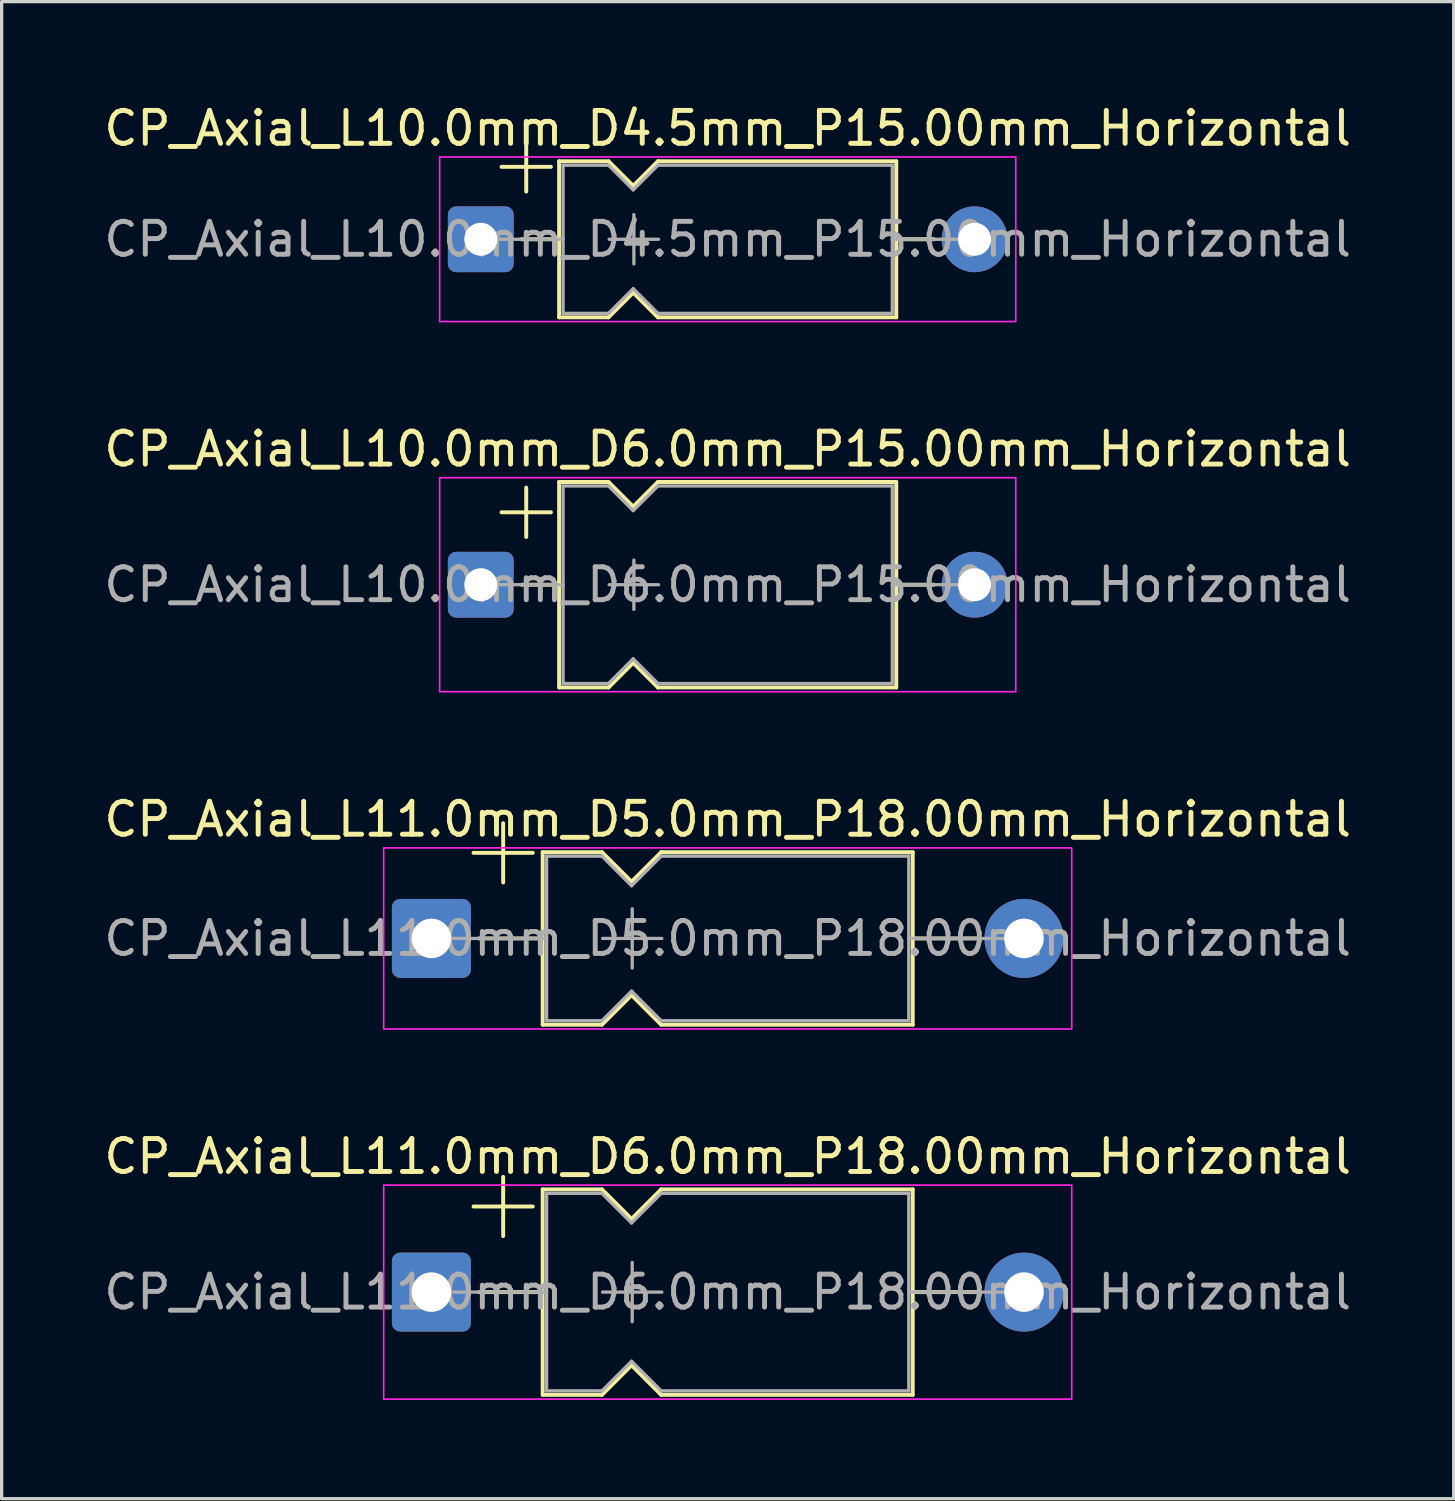
<source format=kicad_pcb>
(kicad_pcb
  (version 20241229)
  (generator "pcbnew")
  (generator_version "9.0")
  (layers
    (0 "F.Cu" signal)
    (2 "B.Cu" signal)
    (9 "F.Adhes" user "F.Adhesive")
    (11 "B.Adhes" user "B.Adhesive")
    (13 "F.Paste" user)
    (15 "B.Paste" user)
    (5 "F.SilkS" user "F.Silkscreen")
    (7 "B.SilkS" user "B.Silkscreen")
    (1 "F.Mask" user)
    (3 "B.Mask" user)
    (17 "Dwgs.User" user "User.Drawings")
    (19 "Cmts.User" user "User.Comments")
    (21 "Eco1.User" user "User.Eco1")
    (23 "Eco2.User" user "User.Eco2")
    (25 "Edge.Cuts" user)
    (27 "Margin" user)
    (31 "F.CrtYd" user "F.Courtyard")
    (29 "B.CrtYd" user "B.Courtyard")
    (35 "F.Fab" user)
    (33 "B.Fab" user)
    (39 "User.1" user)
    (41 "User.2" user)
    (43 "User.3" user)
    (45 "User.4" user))
  (footprint "CP_Axial_L10.0mm_D6.0mm_P15.00mm_Horizontal"
    (layer "F.Cu")
    (at 11.554 14.711)
    (property "Reference" "CP_Axial_L10.0mm_D6.0mm_P15.00mm_Horizontal" (at 7.5 -4.12 0) (layer "F.SilkS") (effects (font (size 1 1) (thickness 0.15))))
    (attr through_hole)
    (fp_line (start 0.63 -2.2) (end 2.13 -2.2) (stroke (width 0.12) (type solid)) (layer "F.SilkS"))
    (fp_line (start 1.24 0) (end 2.38 0) (stroke (width 0.12) (type solid)) (layer "F.SilkS"))
    (fp_line (start 1.38 -2.95) (end 1.38 -1.45) (stroke (width 0.12) (type solid)) (layer "F.SilkS"))
    (fp_line (start 2.38 -3.12) (end 2.38 3.12) (stroke (width 0.12) (type solid)) (layer "F.SilkS"))
    (fp_line (start 2.38 -3.12) (end 3.88 -3.12) (stroke (width 0.12) (type solid)) (layer "F.SilkS"))
    (fp_line (start 2.38 3.12) (end 3.88 3.12) (stroke (width 0.12) (type solid)) (layer "F.SilkS"))
    (fp_line (start 3.88 -3.12) (end 4.63 -2.37) (stroke (width 0.12) (type solid)) (layer "F.SilkS"))
    (fp_line (start 3.88 3.12) (end 4.63 2.37) (stroke (width 0.12) (type solid)) (layer "F.SilkS"))
    (fp_line (start 4.63 -2.37) (end 5.38 -3.12) (stroke (width 0.12) (type solid)) (layer "F.SilkS"))
    (fp_line (start 4.63 2.37) (end 5.38 3.12) (stroke (width 0.12) (type solid)) (layer "F.SilkS"))
    (fp_line (start 5.38 -3.12) (end 12.62 -3.12) (stroke (width 0.12) (type solid)) (layer "F.SilkS"))
    (fp_line (start 5.38 3.12) (end 12.62 3.12) (stroke (width 0.12) (type solid)) (layer "F.SilkS"))
    (fp_line (start 12.62 -3.12) (end 12.62 3.12) (stroke (width 0.12) (type solid)) (layer "F.SilkS"))
    (fp_line (start 13.76 0) (end 12.62 0) (stroke (width 0.12) (type solid)) (layer "F.SilkS"))
    (fp_rect (start -1.25 -3.25) (end 16.25 3.25) (stroke (width 0.05) (type solid)) (fill no) (layer "F.CrtYd"))
    (fp_line (start 0 0) (end 2.5 0) (stroke (width 0.1) (type solid)) (layer "F.Fab"))
    (fp_line (start 2.5 -3) (end 2.5 3) (stroke (width 0.1) (type solid)) (layer "F.Fab"))
    (fp_line (start 2.5 -3) (end 3.88 -3) (stroke (width 0.1) (type solid)) (layer "F.Fab"))
    (fp_line (start 2.5 3) (end 3.88 3) (stroke (width 0.1) (type solid)) (layer "F.Fab"))
    (fp_line (start 3.88 -3) (end 4.63 -2.25) (stroke (width 0.1) (type solid)) (layer "F.Fab"))
    (fp_line (start 3.88 3) (end 4.63 2.25) (stroke (width 0.1) (type solid)) (layer "F.Fab"))
    (fp_line (start 3.9 0) (end 5.4 0) (stroke (width 0.1) (type solid)) (layer "F.Fab"))
    (fp_line (start 4.63 -2.25) (end 5.38 -3) (stroke (width 0.1) (type solid)) (layer "F.Fab"))
    (fp_line (start 4.63 2.25) (end 5.38 3) (stroke (width 0.1) (type solid)) (layer "F.Fab"))
    (fp_line (start 4.65 -0.75) (end 4.65 0.75) (stroke (width 0.1) (type solid)) (layer "F.Fab"))
    (fp_line (start 5.38 -3) (end 12.5 -3) (stroke (width 0.1) (type solid)) (layer "F.Fab"))
    (fp_line (start 5.38 3) (end 12.5 3) (stroke (width 0.1) (type solid)) (layer "F.Fab"))
    (fp_line (start 12.5 -3) (end 12.5 3) (stroke (width 0.1) (type solid)) (layer "F.Fab"))
    (fp_line (start 15 0) (end 12.5 0) (stroke (width 0.1) (type solid)) (layer "F.Fab"))
    (fp_text user "${REFERENCE}" (at 7.5 0 0) (layer "F.Fab") (effects (font (size 1 1) (thickness 0.15))))
    (pad "1" thru_hole roundrect (at 0 0) (size 2 2) (drill 1) (layers "*.Cu" "*.Mask") (roundrect_rratio 0.125))
    (pad "2" thru_hole circle (at 15 0) (size 2 2) (drill 1) (layers "*.Cu" "*.Mask")))
  (footprint "CP_Axial_L11.0mm_D6.0mm_P18.00mm_Horizontal"
    (layer "F.Cu")
    (at 10.054 36.198)
    (property "Reference" "CP_Axial_L11.0mm_D6.0mm_P18.00mm_Horizontal" (at 9 -4.12 0) (layer "F.SilkS") (effects (font (size 1 1) (thickness 0.15))))
    (attr through_hole)
    (fp_line (start 1.28 -2.6) (end 3.08 -2.6) (stroke (width 0.12) (type solid)) (layer "F.SilkS"))
    (fp_line (start 1.44 0) (end 3.38 0) (stroke (width 0.12) (type solid)) (layer "F.SilkS"))
    (fp_line (start 2.18 -3.5) (end 2.18 -1.7) (stroke (width 0.12) (type solid)) (layer "F.SilkS"))
    (fp_line (start 3.38 -3.12) (end 3.38 3.12) (stroke (width 0.12) (type solid)) (layer "F.SilkS"))
    (fp_line (start 3.38 -3.12) (end 5.18 -3.12) (stroke (width 0.12) (type solid)) (layer "F.SilkS"))
    (fp_line (start 3.38 3.12) (end 5.18 3.12) (stroke (width 0.12) (type solid)) (layer "F.SilkS"))
    (fp_line (start 5.18 -3.12) (end 6.08 -2.22) (stroke (width 0.12) (type solid)) (layer "F.SilkS"))
    (fp_line (start 5.18 3.12) (end 6.08 2.22) (stroke (width 0.12) (type solid)) (layer "F.SilkS"))
    (fp_line (start 6.08 -2.22) (end 6.98 -3.12) (stroke (width 0.12) (type solid)) (layer "F.SilkS"))
    (fp_line (start 6.08 2.22) (end 6.98 3.12) (stroke (width 0.12) (type solid)) (layer "F.SilkS"))
    (fp_line (start 6.98 -3.12) (end 14.62 -3.12) (stroke (width 0.12) (type solid)) (layer "F.SilkS"))
    (fp_line (start 6.98 3.12) (end 14.62 3.12) (stroke (width 0.12) (type solid)) (layer "F.SilkS"))
    (fp_line (start 14.62 -3.12) (end 14.62 3.12) (stroke (width 0.12) (type solid)) (layer "F.SilkS"))
    (fp_line (start 16.56 0) (end 14.62 0) (stroke (width 0.12) (type solid)) (layer "F.SilkS"))
    (fp_rect (start -1.45 -3.25) (end 19.45 3.25) (stroke (width 0.05) (type solid)) (fill no) (layer "F.CrtYd"))
    (fp_line (start 0 0) (end 3.5 0) (stroke (width 0.1) (type solid)) (layer "F.Fab"))
    (fp_line (start 3.5 -3) (end 3.5 3) (stroke (width 0.1) (type solid)) (layer "F.Fab"))
    (fp_line (start 3.5 -3) (end 5.18 -3) (stroke (width 0.1) (type solid)) (layer "F.Fab"))
    (fp_line (start 3.5 3) (end 5.18 3) (stroke (width 0.1) (type solid)) (layer "F.Fab"))
    (fp_line (start 5.18 -3) (end 6.08 -2.1) (stroke (width 0.1) (type solid)) (layer "F.Fab"))
    (fp_line (start 5.18 3) (end 6.08 2.1) (stroke (width 0.1) (type solid)) (layer "F.Fab"))
    (fp_line (start 5.2 0) (end 7 0) (stroke (width 0.1) (type solid)) (layer "F.Fab"))
    (fp_line (start 6.08 -2.1) (end 6.98 -3) (stroke (width 0.1) (type solid)) (layer "F.Fab"))
    (fp_line (start 6.08 2.1) (end 6.98 3) (stroke (width 0.1) (type solid)) (layer "F.Fab"))
    (fp_line (start 6.1 -0.9) (end 6.1 0.9) (stroke (width 0.1) (type solid)) (layer "F.Fab"))
    (fp_line (start 6.98 -3) (end 14.5 -3) (stroke (width 0.1) (type solid)) (layer "F.Fab"))
    (fp_line (start 6.98 3) (end 14.5 3) (stroke (width 0.1) (type solid)) (layer "F.Fab"))
    (fp_line (start 14.5 -3) (end 14.5 3) (stroke (width 0.1) (type solid)) (layer "F.Fab"))
    (fp_line (start 18 0) (end 14.5 0) (stroke (width 0.1) (type solid)) (layer "F.Fab"))
    (fp_text user "${REFERENCE}" (at 9 0 0) (layer "F.Fab") (effects (font (size 1 1) (thickness 0.15))))
    (pad "1" thru_hole roundrect (at 0 0) (size 2.4 2.4) (drill 1.2) (layers "*.Cu" "*.Mask") (roundrect_rratio 0.104))
    (pad "2" thru_hole circle (at 18 0) (size 2.4 2.4) (drill 1.2) (layers "*.Cu" "*.Mask")))
  (footprint "CP_Axial_L11.0mm_D5.0mm_P18.00mm_Horizontal"
    (layer "F.Cu")
    (at 10.054 25.455)
    (property "Reference" "CP_Axial_L11.0mm_D5.0mm_P18.00mm_Horizontal" (at 9 -3.62 0) (layer "F.SilkS") (effects (font (size 1 1) (thickness 0.15))))
    (attr through_hole)
    (fp_line (start 1.28 -2.6) (end 3.08 -2.6) (stroke (width 0.12) (type solid)) (layer "F.SilkS"))
    (fp_line (start 1.44 0) (end 3.38 0) (stroke (width 0.12) (type solid)) (layer "F.SilkS"))
    (fp_line (start 2.18 -3.5) (end 2.18 -1.7) (stroke (width 0.12) (type solid)) (layer "F.SilkS"))
    (fp_line (start 3.38 -2.62) (end 3.38 2.62) (stroke (width 0.12) (type solid)) (layer "F.SilkS"))
    (fp_line (start 3.38 -2.62) (end 5.18 -2.62) (stroke (width 0.12) (type solid)) (layer "F.SilkS"))
    (fp_line (start 3.38 2.62) (end 5.18 2.62) (stroke (width 0.12) (type solid)) (layer "F.SilkS"))
    (fp_line (start 5.18 -2.62) (end 6.08 -1.72) (stroke (width 0.12) (type solid)) (layer "F.SilkS"))
    (fp_line (start 5.18 2.62) (end 6.08 1.72) (stroke (width 0.12) (type solid)) (layer "F.SilkS"))
    (fp_line (start 6.08 -1.72) (end 6.98 -2.62) (stroke (width 0.12) (type solid)) (layer "F.SilkS"))
    (fp_line (start 6.08 1.72) (end 6.98 2.62) (stroke (width 0.12) (type solid)) (layer "F.SilkS"))
    (fp_line (start 6.98 -2.62) (end 14.62 -2.62) (stroke (width 0.12) (type solid)) (layer "F.SilkS"))
    (fp_line (start 6.98 2.62) (end 14.62 2.62) (stroke (width 0.12) (type solid)) (layer "F.SilkS"))
    (fp_line (start 14.62 -2.62) (end 14.62 2.62) (stroke (width 0.12) (type solid)) (layer "F.SilkS"))
    (fp_line (start 16.56 0) (end 14.62 0) (stroke (width 0.12) (type solid)) (layer "F.SilkS"))
    (fp_rect (start -1.45 -2.75) (end 19.45 2.75) (stroke (width 0.05) (type solid)) (fill no) (layer "F.CrtYd"))
    (fp_line (start 0 0) (end 3.5 0) (stroke (width 0.1) (type solid)) (layer "F.Fab"))
    (fp_line (start 3.5 -2.5) (end 3.5 2.5) (stroke (width 0.1) (type solid)) (layer "F.Fab"))
    (fp_line (start 3.5 -2.5) (end 5.18 -2.5) (stroke (width 0.1) (type solid)) (layer "F.Fab"))
    (fp_line (start 3.5 2.5) (end 5.18 2.5) (stroke (width 0.1) (type solid)) (layer "F.Fab"))
    (fp_line (start 5.18 -2.5) (end 6.08 -1.6) (stroke (width 0.1) (type solid)) (layer "F.Fab"))
    (fp_line (start 5.18 2.5) (end 6.08 1.6) (stroke (width 0.1) (type solid)) (layer "F.Fab"))
    (fp_line (start 5.2 0) (end 7 0) (stroke (width 0.1) (type solid)) (layer "F.Fab"))
    (fp_line (start 6.08 -1.6) (end 6.98 -2.5) (stroke (width 0.1) (type solid)) (layer "F.Fab"))
    (fp_line (start 6.08 1.6) (end 6.98 2.5) (stroke (width 0.1) (type solid)) (layer "F.Fab"))
    (fp_line (start 6.1 -0.9) (end 6.1 0.9) (stroke (width 0.1) (type solid)) (layer "F.Fab"))
    (fp_line (start 6.98 -2.5) (end 14.5 -2.5) (stroke (width 0.1) (type solid)) (layer "F.Fab"))
    (fp_line (start 6.98 2.5) (end 14.5 2.5) (stroke (width 0.1) (type solid)) (layer "F.Fab"))
    (fp_line (start 14.5 -2.5) (end 14.5 2.5) (stroke (width 0.1) (type solid)) (layer "F.Fab"))
    (fp_line (start 18 0) (end 14.5 0) (stroke (width 0.1) (type solid)) (layer "F.Fab"))
    (fp_text user "${REFERENCE}" (at 9 0 0) (layer "F.Fab") (effects (font (size 1 1) (thickness 0.15))))
    (pad "1" thru_hole roundrect (at 0 0) (size 2.4 2.4) (drill 1.2) (layers "*.Cu" "*.Mask") (roundrect_rratio 0.104))
    (pad "2" thru_hole circle (at 18 0) (size 2.4 2.4) (drill 1.2) (layers "*.Cu" "*.Mask")))
  (footprint "CP_Axial_L10.0mm_D4.5mm_P15.00mm_Horizontal"
    (layer "F.Cu")
    (at 11.554 4.218)
    (property "Reference" "CP_Axial_L10.0mm_D4.5mm_P15.00mm_Horizontal" (at 7.5 -3.37 0) (layer "F.SilkS") (effects (font (size 1 1) (thickness 0.15))))
    (attr through_hole)
    (fp_line (start 0.63 -2.2) (end 2.13 -2.2) (stroke (width 0.12) (type solid)) (layer "F.SilkS"))
    (fp_line (start 1.24 0) (end 2.38 0) (stroke (width 0.12) (type solid)) (layer "F.SilkS"))
    (fp_line (start 1.38 -2.95) (end 1.38 -1.45) (stroke (width 0.12) (type solid)) (layer "F.SilkS"))
    (fp_line (start 2.38 -2.37) (end 2.38 2.37) (stroke (width 0.12) (type solid)) (layer "F.SilkS"))
    (fp_line (start 2.38 -2.37) (end 3.88 -2.37) (stroke (width 0.12) (type solid)) (layer "F.SilkS"))
    (fp_line (start 2.38 2.37) (end 3.88 2.37) (stroke (width 0.12) (type solid)) (layer "F.SilkS"))
    (fp_line (start 3.88 -2.37) (end 4.63 -1.62) (stroke (width 0.12) (type solid)) (layer "F.SilkS"))
    (fp_line (start 3.88 2.37) (end 4.63 1.62) (stroke (width 0.12) (type solid)) (layer "F.SilkS"))
    (fp_line (start 4.63 -1.62) (end 5.38 -2.37) (stroke (width 0.12) (type solid)) (layer "F.SilkS"))
    (fp_line (start 4.63 1.62) (end 5.38 2.37) (stroke (width 0.12) (type solid)) (layer "F.SilkS"))
    (fp_line (start 5.38 -2.37) (end 12.62 -2.37) (stroke (width 0.12) (type solid)) (layer "F.SilkS"))
    (fp_line (start 5.38 2.37) (end 12.62 2.37) (stroke (width 0.12) (type solid)) (layer "F.SilkS"))
    (fp_line (start 12.62 -2.37) (end 12.62 2.37) (stroke (width 0.12) (type solid)) (layer "F.SilkS"))
    (fp_line (start 13.76 0) (end 12.62 0) (stroke (width 0.12) (type solid)) (layer "F.SilkS"))
    (fp_rect (start -1.25 -2.5) (end 16.25 2.5) (stroke (width 0.05) (type solid)) (fill no) (layer "F.CrtYd"))
    (fp_line (start 0 0) (end 2.5 0) (stroke (width 0.1) (type solid)) (layer "F.Fab"))
    (fp_line (start 2.5 -2.25) (end 2.5 2.25) (stroke (width 0.1) (type solid)) (layer "F.Fab"))
    (fp_line (start 2.5 -2.25) (end 3.88 -2.25) (stroke (width 0.1) (type solid)) (layer "F.Fab"))
    (fp_line (start 2.5 2.25) (end 3.88 2.25) (stroke (width 0.1) (type solid)) (layer "F.Fab"))
    (fp_line (start 3.88 -2.25) (end 4.63 -1.5) (stroke (width 0.1) (type solid)) (layer "F.Fab"))
    (fp_line (start 3.88 2.25) (end 4.63 1.5) (stroke (width 0.1) (type solid)) (layer "F.Fab"))
    (fp_line (start 3.9 0) (end 5.4 0) (stroke (width 0.1) (type solid)) (layer "F.Fab"))
    (fp_line (start 4.63 -1.5) (end 5.38 -2.25) (stroke (width 0.1) (type solid)) (layer "F.Fab"))
    (fp_line (start 4.63 1.5) (end 5.38 2.25) (stroke (width 0.1) (type solid)) (layer "F.Fab"))
    (fp_line (start 4.65 -0.75) (end 4.65 0.75) (stroke (width 0.1) (type solid)) (layer "F.Fab"))
    (fp_line (start 5.38 -2.25) (end 12.5 -2.25) (stroke (width 0.1) (type solid)) (layer "F.Fab"))
    (fp_line (start 5.38 2.25) (end 12.5 2.25) (stroke (width 0.1) (type solid)) (layer "F.Fab"))
    (fp_line (start 12.5 -2.25) (end 12.5 2.25) (stroke (width 0.1) (type solid)) (layer "F.Fab"))
    (fp_line (start 15 0) (end 12.5 0) (stroke (width 0.1) (type solid)) (layer "F.Fab"))
    (fp_text user "${REFERENCE}" (at 7.5 0 0) (layer "F.Fab") (effects (font (size 1 1) (thickness 0.15))))
    (pad "1" thru_hole roundrect (at 0 0) (size 2 2) (drill 1) (layers "*.Cu" "*.Mask") (roundrect_rratio 0.125))
    (pad "2" thru_hole circle (at 15 0) (size 2 2) (drill 1) (layers "*.Cu" "*.Mask")))
  (gr_rect
    (start -3 -3)
    (end 41.107 42.473)
    (stroke (width 0.1) (type default))
    (fill no)
    (layer "Edge.Cuts")))
</source>
